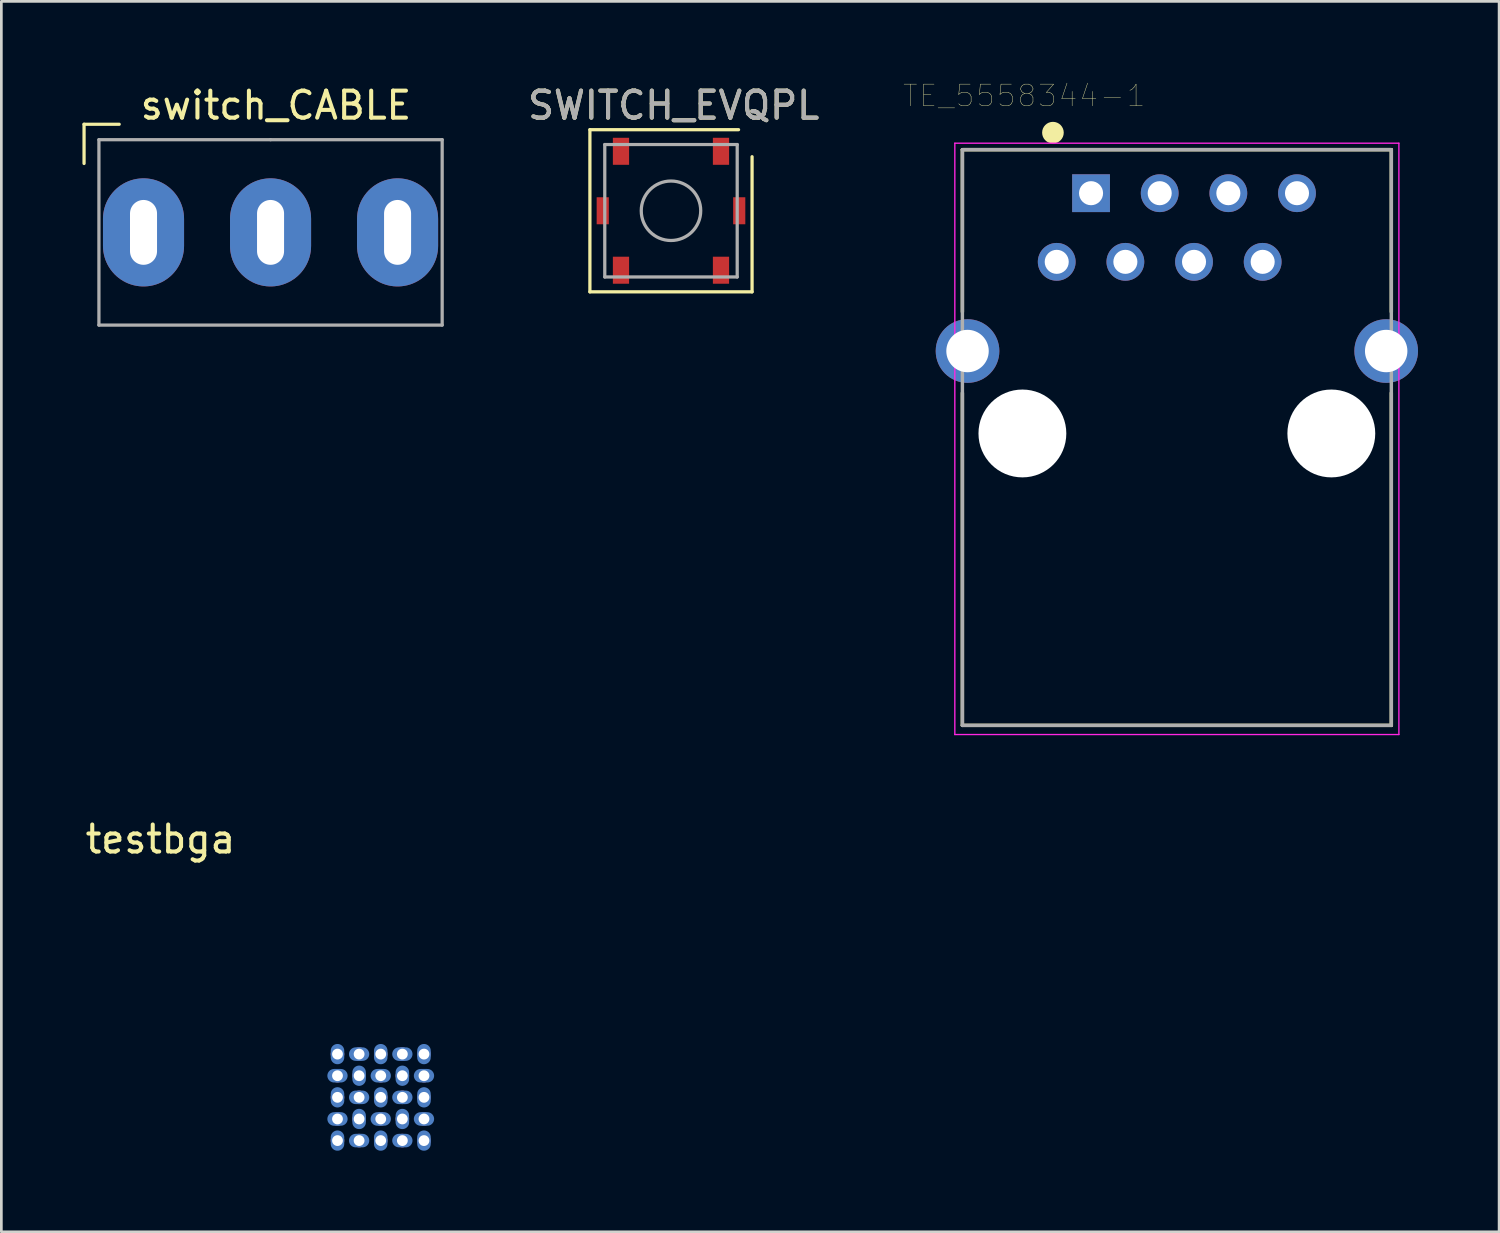
<source format=kicad_pcb>
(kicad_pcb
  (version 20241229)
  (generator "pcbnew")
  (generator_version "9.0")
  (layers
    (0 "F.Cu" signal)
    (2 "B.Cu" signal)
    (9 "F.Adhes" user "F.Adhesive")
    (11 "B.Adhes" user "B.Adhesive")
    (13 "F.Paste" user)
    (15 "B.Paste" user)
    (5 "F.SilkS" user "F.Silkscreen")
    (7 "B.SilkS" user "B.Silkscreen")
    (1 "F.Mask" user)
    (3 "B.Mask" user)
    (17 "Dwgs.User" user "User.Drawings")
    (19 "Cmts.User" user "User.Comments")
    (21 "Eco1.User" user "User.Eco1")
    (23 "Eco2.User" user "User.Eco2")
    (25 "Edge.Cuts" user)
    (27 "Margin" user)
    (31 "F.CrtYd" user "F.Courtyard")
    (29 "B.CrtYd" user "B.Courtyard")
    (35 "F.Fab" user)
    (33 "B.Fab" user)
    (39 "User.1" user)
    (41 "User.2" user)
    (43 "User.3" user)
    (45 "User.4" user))
  (footprint "SWITCH_EVQPL"
    (layer "F.Cu")
    (at 21.776 4.748)
    (property "Reference" "SWITCH_EVQPL" (at 0.1 -3.9 0) (layer "F.SilkS") (effects (font (size 1 1) (thickness 0.15))))
    (attr through_hole)
    (fp_line (start -3 -3) (end -3 3) (stroke (width 0.12) (type solid)) (layer "F.SilkS"))
    (fp_line (start -3 -3) (end 2.5 -3) (stroke (width 0.12) (type solid)) (layer "F.SilkS"))
    (fp_line (start -3 3) (end 3 3) (stroke (width 0.12) (type solid)) (layer "F.SilkS"))
    (fp_line (start 3 3) (end 3 -2) (stroke (width 0.12) (type solid)) (layer "F.SilkS"))
    (fp_line (start -2.45 -2.45) (end -2.45 2.45) (stroke (width 0.12) (type solid)) (layer "F.Fab"))
    (fp_line (start -2.45 2.45) (end 2.45 2.45) (stroke (width 0.12) (type solid)) (layer "F.Fab"))
    (fp_line (start 2.45 -2.45) (end -2.45 -2.45) (stroke (width 0.12) (type solid)) (layer "F.Fab"))
    (fp_line (start 2.45 2.45) (end 2.45 -2.45) (stroke (width 0.12) (type solid)) (layer "F.Fab"))
    (fp_circle (center 0 0) (end 1.1 0) (stroke (width 0.12) (type solid)) (fill no) (layer "F.Fab"))
    (fp_text user "${REFERENCE}" (at 0.1 -3.9 0) (layer "F.Fab") (effects (font (size 1 1) (thickness 0.15))))
    (pad "" smd rect (at -2.525 0) (size 0.45 1) (layers "F.Cu" "F.Mask" "F.Paste"))
    (pad "" smd rect (at 2.525 0) (size 0.45 1) (layers "F.Cu" "F.Mask" "F.Paste"))
    (pad "1" smd rect (at -1.85 -2.2) (size 0.6 1) (layers "F.Cu" "F.Mask" "F.Paste"))
    (pad "1" smd rect (at -1.85 2.2) (size 0.6 1) (layers "F.Cu" "F.Mask" "F.Paste"))
    (pad "2" smd rect (at 1.85 -2.2) (size 0.6 1) (layers "F.Cu" "F.Mask" "F.Paste"))
    (pad "2" smd rect (at 1.85 2.2) (size 0.6 1) (layers "F.Cu" "F.Mask" "F.Paste")))
  (footprint "TE_5558344-1"
    (layer "F.Cu")
    (at 37.318 4.098)
    (property "Reference" "TE_5558344-1" (at -2.473 -3.603 0) (layer "F.SilkS") (effects (font (size 0.801 0.801) (thickness 0.015))))
    (attr through_hole)
    (fp_line (start -4.76 -1.61) (end 11.11 -1.61) (stroke (width 0.127) (type solid)) (layer "F.SilkS"))
    (fp_line (start -4.76 4.39) (end -4.76 -1.61) (stroke (width 0.127) (type solid)) (layer "F.SilkS"))
    (fp_line (start -4.76 19.69) (end -4.76 7.39) (stroke (width 0.127) (type solid)) (layer "F.SilkS"))
    (fp_line (start 11.11 4.39) (end 11.11 -1.61) (stroke (width 0.127) (type solid)) (layer "F.SilkS"))
    (fp_line (start 11.11 19.69) (end -4.76 19.69) (stroke (width 0.127) (type solid)) (layer "F.SilkS"))
    (fp_line (start 11.11 19.69) (end 11.11 7.39) (stroke (width 0.127) (type solid)) (layer "F.SilkS"))
    (fp_circle (center -1.41 -2.24) (end -1.21 -2.24) (stroke (width 0.4) (type solid)) (fill no) (layer "F.SilkS"))
    (fp_line (start -5.04 -1.85) (end 11.39 -1.85) (stroke (width 0.05) (type solid)) (layer "F.CrtYd"))
    (fp_line (start -5.04 20.03) (end -5.04 -1.85) (stroke (width 0.05) (type solid)) (layer "F.CrtYd"))
    (fp_line (start 11.39 -1.85) (end 11.39 20.03) (stroke (width 0.05) (type solid)) (layer "F.CrtYd"))
    (fp_line (start 11.39 20.03) (end -5.04 20.03) (stroke (width 0.05) (type solid)) (layer "F.CrtYd"))
    (fp_line (start -4.76 -1.61) (end 11.11 -1.61) (stroke (width 0.127) (type solid)) (layer "F.Fab"))
    (fp_line (start -4.76 19.69) (end -4.76 -1.61) (stroke (width 0.127) (type solid)) (layer "F.Fab"))
    (fp_line (start 11.11 -1.61) (end 11.11 19.69) (stroke (width 0.127) (type solid)) (layer "F.Fab"))
    (fp_line (start 11.11 19.69) (end -4.76 19.69) (stroke (width 0.127) (type solid)) (layer "F.Fab"))
    (pad "" np_thru_hole circle (at -2.54 8.89) (size 3.25 3.25) (drill 3.25) (layers "*.Cu" "*.Mask"))
    (pad "" np_thru_hole circle (at 8.89 8.89) (size 3.25 3.25) (drill 3.25) (layers "*.Cu" "*.Mask"))
    (pad "1" thru_hole rect (at 0 0) (size 1.398 1.398) (drill 0.89) (layers "*.Cu" "*.Mask"))
    (pad "2" thru_hole circle (at -1.27 2.54) (size 1.398 1.398) (drill 0.89) (layers "*.Cu" "*.Mask"))
    (pad "3" thru_hole circle (at 1.27 2.54) (size 1.398 1.398) (drill 0.89) (layers "*.Cu" "*.Mask"))
    (pad "4" thru_hole circle (at 3.81 2.54) (size 1.398 1.398) (drill 0.89) (layers "*.Cu" "*.Mask"))
    (pad "5" thru_hole circle (at 2.54 0) (size 1.398 1.398) (drill 0.89) (layers "*.Cu" "*.Mask"))
    (pad "6" thru_hole circle (at 5.08 0) (size 1.398 1.398) (drill 0.89) (layers "*.Cu" "*.Mask"))
    (pad "7" thru_hole circle (at 7.62 0) (size 1.398 1.398) (drill 0.89) (layers "*.Cu" "*.Mask"))
    (pad "8" thru_hole circle (at 6.35 2.54) (size 1.398 1.398) (drill 0.89) (layers "*.Cu" "*.Mask"))
    (pad "SH" thru_hole circle (at -4.57 5.84) (size 2.355 2.355) (drill 1.57) (layers "*.Cu" "*.Mask"))
    (pad "SH" thru_hole circle (at 10.92 5.84) (size 2.355 2.355) (drill 1.57) (layers "*.Cu" "*.Mask")))
  (footprint "testbga"
    (layer "F.Cu")
    (at 9.437 35.951)
    (property "Reference" "testbga" (at -6.55 -7.95 0) (layer "F.SilkS") (effects (font (size 1 1) (thickness 0.15))))
    (attr through_hole)
    (pad "1" thru_hole oval (at 0 0 90) (size 0.5 0.5) (drill 0.4) (layers "*.Cu" "*.Mask"))
    (pad "1" smd oval (at 0 0 90) (size 0.75 0.5) (layers "B.Cu" "B.Mask" "B.Paste"))
    (pad "2" thru_hole oval (at 0.8 0 90) (size 0.5 0.5) (drill 0.4) (layers "*.Cu" "*.Mask"))
    (pad "2" smd oval (at 0.8 0 180) (size 0.75 0.5) (layers "B.Cu" "B.Mask" "B.Paste"))
    (pad "3" thru_hole oval (at 1.6 0 90) (size 0.5 0.5) (drill 0.4) (layers "*.Cu" "*.Mask"))
    (pad "3" smd oval (at 1.6 0 90) (size 0.75 0.5) (layers "B.Cu" "B.Mask" "B.Paste"))
    (pad "4" thru_hole oval (at 2.4 0 90) (size 0.5 0.5) (drill 0.4) (layers "*.Cu" "*.Mask"))
    (pad "4" smd oval (at 2.4 0 180) (size 0.75 0.5) (layers "B.Cu" "B.Mask" "B.Paste"))
    (pad "5" thru_hole oval (at 3.2 0 90) (size 0.5 0.5) (drill 0.4) (layers "*.Cu" "*.Mask"))
    (pad "5" smd oval (at 3.2 0 90) (size 0.75 0.5) (layers "B.Cu" "B.Mask" "B.Paste"))
    (pad "6" thru_hole oval (at 0 0.8 90) (size 0.5 0.5) (drill 0.4) (layers "*.Cu" "*.Mask"))
    (pad "6" smd oval (at 0 0.8 180) (size 0.75 0.5) (layers "B.Cu" "B.Mask" "B.Paste"))
    (pad "7" thru_hole oval (at 0.8 0.8 90) (size 0.5 0.5) (drill 0.4) (layers "*.Cu" "*.Mask"))
    (pad "7" smd oval (at 0.8 0.8 90) (size 0.75 0.5) (layers "B.Cu" "B.Mask" "B.Paste"))
    (pad "8" thru_hole oval (at 1.6 0.8 90) (size 0.5 0.5) (drill 0.4) (layers "*.Cu" "*.Mask"))
    (pad "8" smd oval (at 1.6 0.8 180) (size 0.75 0.5) (layers "B.Cu" "B.Mask" "B.Paste"))
    (pad "9" thru_hole oval (at 2.4 0.8 90) (size 0.5 0.5) (drill 0.4) (layers "*.Cu" "*.Mask"))
    (pad "9" smd oval (at 2.4 0.8 90) (size 0.75 0.5) (layers "B.Cu" "B.Mask" "B.Paste"))
    (pad "10" thru_hole oval (at 3.2 0.8 90) (size 0.5 0.5) (drill 0.4) (layers "*.Cu" "*.Mask"))
    (pad "10" smd oval (at 3.2 0.8 180) (size 0.75 0.5) (layers "B.Cu" "B.Mask" "B.Paste"))
    (pad "11" thru_hole oval (at 0 1.6 90) (size 0.5 0.5) (drill 0.4) (layers "*.Cu" "*.Mask"))
    (pad "11" smd oval (at 0 1.6 90) (size 0.75 0.5) (layers "B.Cu" "B.Mask" "B.Paste"))
    (pad "12" thru_hole oval (at 0.8 1.6 90) (size 0.5 0.5) (drill 0.4) (layers "*.Cu" "*.Mask"))
    (pad "12" smd oval (at 0.8 1.6 180) (size 0.75 0.5) (layers "B.Cu" "B.Mask" "B.Paste"))
    (pad "13" thru_hole oval (at 1.6 1.6 90) (size 0.5 0.5) (drill 0.4) (layers "*.Cu" "*.Mask"))
    (pad "13" smd oval (at 1.6 1.6 90) (size 0.75 0.5) (layers "B.Cu" "B.Mask" "B.Paste"))
    (pad "14" thru_hole oval (at 2.4 1.6 90) (size 0.5 0.5) (drill 0.4) (layers "*.Cu" "*.Mask"))
    (pad "14" smd oval (at 2.4 1.6 180) (size 0.75 0.5) (layers "B.Cu" "B.Mask" "B.Paste"))
    (pad "15" thru_hole oval (at 3.2 1.6 90) (size 0.5 0.5) (drill 0.4) (layers "*.Cu" "*.Mask"))
    (pad "15" smd oval (at 3.2 1.6 90) (size 0.75 0.5) (layers "B.Cu" "B.Mask" "B.Paste"))
    (pad "16" thru_hole oval (at 0 2.4 90) (size 0.5 0.5) (drill 0.4) (layers "*.Cu" "*.Mask"))
    (pad "16" smd oval (at 0 2.4 180) (size 0.75 0.5) (layers "B.Cu" "B.Mask" "B.Paste"))
    (pad "17" thru_hole oval (at 0.8 2.4 90) (size 0.5 0.5) (drill 0.4) (layers "*.Cu" "*.Mask"))
    (pad "17" smd oval (at 0.8 2.4 90) (size 0.75 0.5) (layers "B.Cu" "B.Mask" "B.Paste"))
    (pad "18" thru_hole oval (at 1.6 2.4 90) (size 0.5 0.5) (drill 0.4) (layers "*.Cu" "*.Mask"))
    (pad "18" smd oval (at 1.6 2.4 180) (size 0.75 0.5) (layers "B.Cu" "B.Mask" "B.Paste"))
    (pad "19" thru_hole oval (at 2.4 2.4 90) (size 0.5 0.5) (drill 0.4) (layers "*.Cu" "*.Mask"))
    (pad "19" smd oval (at 2.4 2.4 90) (size 0.75 0.5) (layers "B.Cu" "B.Mask" "B.Paste"))
    (pad "20" thru_hole oval (at 3.2 2.4 90) (size 0.5 0.5) (drill 0.4) (layers "*.Cu" "*.Mask"))
    (pad "20" smd oval (at 3.2 2.4 180) (size 0.75 0.5) (layers "B.Cu" "B.Mask" "B.Paste"))
    (pad "21" thru_hole oval (at 0 3.2 90) (size 0.5 0.5) (drill 0.4) (layers "*.Cu" "*.Mask"))
    (pad "21" smd oval (at 0 3.2 90) (size 0.75 0.5) (layers "B.Cu" "B.Mask" "B.Paste"))
    (pad "22" thru_hole oval (at 0.8 3.2 90) (size 0.5 0.5) (drill 0.4) (layers "*.Cu" "*.Mask"))
    (pad "22" smd oval (at 0.8 3.2 180) (size 0.75 0.5) (layers "B.Cu" "B.Mask" "B.Paste"))
    (pad "23" thru_hole oval (at 1.6 3.2 90) (size 0.5 0.5) (drill 0.4) (layers "*.Cu" "*.Mask"))
    (pad "23" smd oval (at 1.6 3.2 90) (size 0.75 0.5) (layers "B.Cu" "B.Mask" "B.Paste"))
    (pad "24" thru_hole oval (at 2.4 3.2 90) (size 0.5 0.5) (drill 0.4) (layers "*.Cu" "*.Mask"))
    (pad "24" smd oval (at 2.4 3.2 180) (size 0.75 0.5) (layers "B.Cu" "B.Mask" "B.Paste"))
    (pad "25" thru_hole oval (at 3.2 3.2 90) (size 0.5 0.5) (drill 0.4) (layers "*.Cu" "*.Mask"))
    (pad "25" smd oval (at 3.2 3.2 90) (size 0.75 0.5) (layers "B.Cu" "B.Mask" "B.Paste")))
  (footprint "switch_CABLE"
    (layer "F.Cu")
    (at 6.96 5.548)
    (property "Reference" "switch_CABLE" (at 0.2 -4.7 0) (layer "F.SilkS") (effects (font (size 1 1) (thickness 0.15))))
    (attr through_hole)
    (fp_line (start -6.9 -4) (end -5.6 -4) (stroke (width 0.12) (type solid)) (layer "F.SilkS"))
    (fp_line (start -6.9 -2.55) (end -6.9 -4) (stroke (width 0.12) (type solid)) (layer "F.SilkS"))
    (fp_line (start -6.35 -3.43) (end -6.35 3.43) (stroke (width 0.12) (type solid)) (layer "F.Fab"))
    (fp_line (start -6.35 3.43) (end 6.35 3.43) (stroke (width 0.12) (type solid)) (layer "F.Fab"))
    (fp_line (start 0 -3.43) (end -6.35 -3.43) (stroke (width 0.12) (type solid)) (layer "F.Fab"))
    (fp_line (start 6.35 -3.43) (end 0 -3.43) (stroke (width 0.12) (type solid)) (layer "F.Fab"))
    (fp_line (start 6.35 3.43) (end 6.35 -3.43) (stroke (width 0.12) (type solid)) (layer "F.Fab"))
    (pad "1" thru_hole oval (at -4.7 0) (size 3 4) (drill oval 1 2.4) (layers "*.Cu" "*.Mask"))
    (pad "2" thru_hole oval (at 0 0) (size 3 4) (drill oval 1 2.4) (layers "*.Cu" "*.Mask"))
    (pad "3" thru_hole oval (at 4.7 0) (size 3 4) (drill oval 1 2.4) (layers "*.Cu" "*.Mask")))
  (gr_rect
    (start -3 -3)
    (end 52.416 42.526)
    (stroke (width 0.1) (type default))
    (fill no)
    (layer "Edge.Cuts")))
</source>
